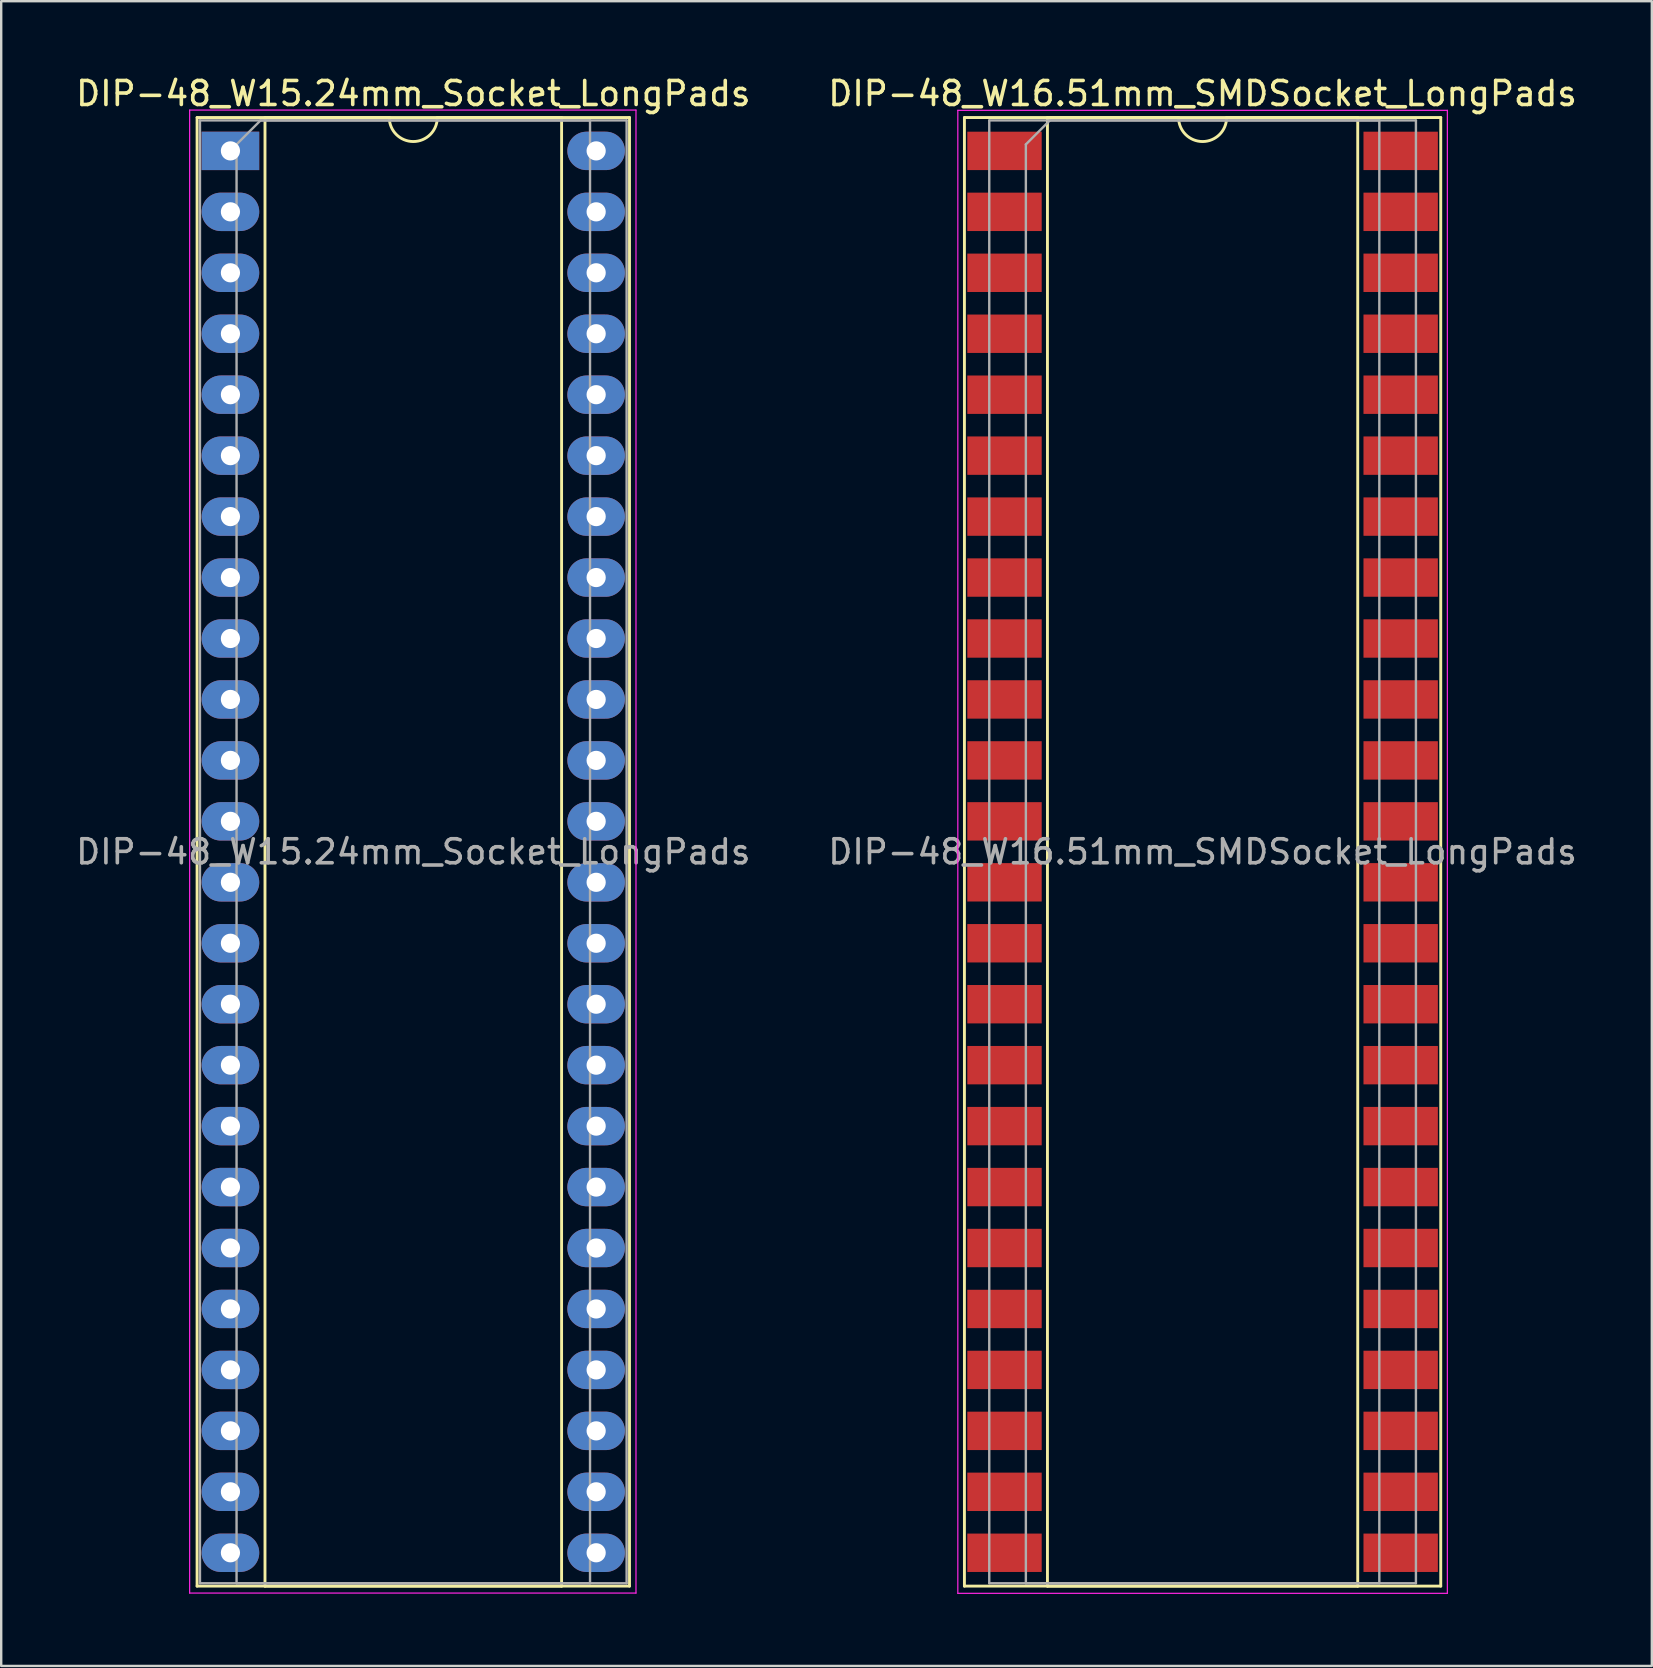
<source format=kicad_pcb>
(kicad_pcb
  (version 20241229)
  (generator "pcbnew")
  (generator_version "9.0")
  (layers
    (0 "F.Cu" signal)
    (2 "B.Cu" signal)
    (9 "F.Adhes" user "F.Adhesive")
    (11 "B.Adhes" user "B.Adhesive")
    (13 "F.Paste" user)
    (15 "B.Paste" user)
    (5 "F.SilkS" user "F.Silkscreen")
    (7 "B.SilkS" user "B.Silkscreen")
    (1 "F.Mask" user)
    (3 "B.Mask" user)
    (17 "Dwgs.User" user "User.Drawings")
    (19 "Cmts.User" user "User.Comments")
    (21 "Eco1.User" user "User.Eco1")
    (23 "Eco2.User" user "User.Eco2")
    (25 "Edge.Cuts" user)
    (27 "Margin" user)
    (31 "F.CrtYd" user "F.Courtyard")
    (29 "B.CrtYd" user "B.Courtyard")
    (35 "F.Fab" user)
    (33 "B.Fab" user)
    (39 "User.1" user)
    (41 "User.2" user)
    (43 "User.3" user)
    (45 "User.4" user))
  (footprint "DIP-48_W15.24mm_Socket_LongPads"
    (layer "F.Cu")
    (at 6.553 3.238)
    (property "Reference" "DIP-48_W15.24mm_Socket_LongPads" (at 7.62 -2.39 0) (layer "F.SilkS") (effects (font (size 1 1) (thickness 0.15))))
    (attr through_hole)
    (fp_line (start -1.39 -1.39) (end -1.39 59.81) (stroke (width 0.12) (type solid)) (layer "F.SilkS"))
    (fp_line (start -1.39 59.81) (end 16.63 59.81) (stroke (width 0.12) (type solid)) (layer "F.SilkS"))
    (fp_line (start 1.44 -1.39) (end 1.44 59.81) (stroke (width 0.12) (type solid)) (layer "F.SilkS"))
    (fp_line (start 1.44 59.81) (end 13.8 59.81) (stroke (width 0.12) (type solid)) (layer "F.SilkS"))
    (fp_line (start 6.62 -1.39) (end 1.44 -1.39) (stroke (width 0.12) (type solid)) (layer "F.SilkS"))
    (fp_line (start 13.8 -1.39) (end 8.62 -1.39) (stroke (width 0.12) (type solid)) (layer "F.SilkS"))
    (fp_line (start 13.8 59.81) (end 13.8 -1.39) (stroke (width 0.12) (type solid)) (layer "F.SilkS"))
    (fp_line (start 16.63 -1.39) (end -1.39 -1.39) (stroke (width 0.12) (type solid)) (layer "F.SilkS"))
    (fp_line (start 16.63 59.81) (end 16.63 -1.39) (stroke (width 0.12) (type solid)) (layer "F.SilkS"))
    (fp_arc (start 8.62 -1.39) (mid 7.62 -0.39) (end 6.62 -1.39) (stroke (width 0.12) (type solid)) (layer "F.SilkS"))
    (fp_line (start -1.7 -1.7) (end -1.7 60.1) (stroke (width 0.05) (type solid)) (layer "F.CrtYd"))
    (fp_line (start -1.7 60.1) (end 16.9 60.1) (stroke (width 0.05) (type solid)) (layer "F.CrtYd"))
    (fp_line (start 16.9 -1.7) (end -1.7 -1.7) (stroke (width 0.05) (type solid)) (layer "F.CrtYd"))
    (fp_line (start 16.9 60.1) (end 16.9 -1.7) (stroke (width 0.05) (type solid)) (layer "F.CrtYd"))
    (fp_line (start -1.27 -1.27) (end -1.27 59.69) (stroke (width 0.1) (type solid)) (layer "F.Fab"))
    (fp_line (start -1.27 59.69) (end 16.51 59.69) (stroke (width 0.1) (type solid)) (layer "F.Fab"))
    (fp_line (start 0.255 -0.27) (end 1.255 -1.27) (stroke (width 0.1) (type solid)) (layer "F.Fab"))
    (fp_line (start 0.255 59.69) (end 0.255 -0.27) (stroke (width 0.1) (type solid)) (layer "F.Fab"))
    (fp_line (start 1.255 -1.27) (end 14.985 -1.27) (stroke (width 0.1) (type solid)) (layer "F.Fab"))
    (fp_line (start 14.985 -1.27) (end 14.985 59.69) (stroke (width 0.1) (type solid)) (layer "F.Fab"))
    (fp_line (start 14.985 59.69) (end 0.255 59.69) (stroke (width 0.1) (type solid)) (layer "F.Fab"))
    (fp_line (start 16.51 -1.27) (end -1.27 -1.27) (stroke (width 0.1) (type solid)) (layer "F.Fab"))
    (fp_line (start 16.51 59.69) (end 16.51 -1.27) (stroke (width 0.1) (type solid)) (layer "F.Fab"))
    (fp_text user "${REFERENCE}" (at 7.62 29.21 0) (layer "F.Fab") (effects (font (size 1 1) (thickness 0.15))))
    (pad "1" thru_hole rect (at 0 0) (size 2.4 1.6) (drill 0.8) (layers "*.Cu" "*.Mask"))
    (pad "2" thru_hole oval (at 0 2.54) (size 2.4 1.6) (drill 0.8) (layers "*.Cu" "*.Mask"))
    (pad "3" thru_hole oval (at 0 5.08) (size 2.4 1.6) (drill 0.8) (layers "*.Cu" "*.Mask"))
    (pad "4" thru_hole oval (at 0 7.62) (size 2.4 1.6) (drill 0.8) (layers "*.Cu" "*.Mask"))
    (pad "5" thru_hole oval (at 0 10.16) (size 2.4 1.6) (drill 0.8) (layers "*.Cu" "*.Mask"))
    (pad "6" thru_hole oval (at 0 12.7) (size 2.4 1.6) (drill 0.8) (layers "*.Cu" "*.Mask"))
    (pad "7" thru_hole oval (at 0 15.24) (size 2.4 1.6) (drill 0.8) (layers "*.Cu" "*.Mask"))
    (pad "8" thru_hole oval (at 0 17.78) (size 2.4 1.6) (drill 0.8) (layers "*.Cu" "*.Mask"))
    (pad "9" thru_hole oval (at 0 20.32) (size 2.4 1.6) (drill 0.8) (layers "*.Cu" "*.Mask"))
    (pad "10" thru_hole oval (at 0 22.86) (size 2.4 1.6) (drill 0.8) (layers "*.Cu" "*.Mask"))
    (pad "11" thru_hole oval (at 0 25.4) (size 2.4 1.6) (drill 0.8) (layers "*.Cu" "*.Mask"))
    (pad "12" thru_hole oval (at 0 27.94) (size 2.4 1.6) (drill 0.8) (layers "*.Cu" "*.Mask"))
    (pad "13" thru_hole oval (at 0 30.48) (size 2.4 1.6) (drill 0.8) (layers "*.Cu" "*.Mask"))
    (pad "14" thru_hole oval (at 0 33.02) (size 2.4 1.6) (drill 0.8) (layers "*.Cu" "*.Mask"))
    (pad "15" thru_hole oval (at 0 35.56) (size 2.4 1.6) (drill 0.8) (layers "*.Cu" "*.Mask"))
    (pad "16" thru_hole oval (at 0 38.1) (size 2.4 1.6) (drill 0.8) (layers "*.Cu" "*.Mask"))
    (pad "17" thru_hole oval (at 0 40.64) (size 2.4 1.6) (drill 0.8) (layers "*.Cu" "*.Mask"))
    (pad "18" thru_hole oval (at 0 43.18) (size 2.4 1.6) (drill 0.8) (layers "*.Cu" "*.Mask"))
    (pad "19" thru_hole oval (at 0 45.72) (size 2.4 1.6) (drill 0.8) (layers "*.Cu" "*.Mask"))
    (pad "20" thru_hole oval (at 0 48.26) (size 2.4 1.6) (drill 0.8) (layers "*.Cu" "*.Mask"))
    (pad "21" thru_hole oval (at 0 50.8) (size 2.4 1.6) (drill 0.8) (layers "*.Cu" "*.Mask"))
    (pad "22" thru_hole oval (at 0 53.34) (size 2.4 1.6) (drill 0.8) (layers "*.Cu" "*.Mask"))
    (pad "23" thru_hole oval (at 0 55.88) (size 2.4 1.6) (drill 0.8) (layers "*.Cu" "*.Mask"))
    (pad "24" thru_hole oval (at 0 58.42) (size 2.4 1.6) (drill 0.8) (layers "*.Cu" "*.Mask"))
    (pad "25" thru_hole oval (at 15.24 58.42) (size 2.4 1.6) (drill 0.8) (layers "*.Cu" "*.Mask"))
    (pad "26" thru_hole oval (at 15.24 55.88) (size 2.4 1.6) (drill 0.8) (layers "*.Cu" "*.Mask"))
    (pad "27" thru_hole oval (at 15.24 53.34) (size 2.4 1.6) (drill 0.8) (layers "*.Cu" "*.Mask"))
    (pad "28" thru_hole oval (at 15.24 50.8) (size 2.4 1.6) (drill 0.8) (layers "*.Cu" "*.Mask"))
    (pad "29" thru_hole oval (at 15.24 48.26) (size 2.4 1.6) (drill 0.8) (layers "*.Cu" "*.Mask"))
    (pad "30" thru_hole oval (at 15.24 45.72) (size 2.4 1.6) (drill 0.8) (layers "*.Cu" "*.Mask"))
    (pad "31" thru_hole oval (at 15.24 43.18) (size 2.4 1.6) (drill 0.8) (layers "*.Cu" "*.Mask"))
    (pad "32" thru_hole oval (at 15.24 40.64) (size 2.4 1.6) (drill 0.8) (layers "*.Cu" "*.Mask"))
    (pad "33" thru_hole oval (at 15.24 38.1) (size 2.4 1.6) (drill 0.8) (layers "*.Cu" "*.Mask"))
    (pad "34" thru_hole oval (at 15.24 35.56) (size 2.4 1.6) (drill 0.8) (layers "*.Cu" "*.Mask"))
    (pad "35" thru_hole oval (at 15.24 33.02) (size 2.4 1.6) (drill 0.8) (layers "*.Cu" "*.Mask"))
    (pad "36" thru_hole oval (at 15.24 30.48) (size 2.4 1.6) (drill 0.8) (layers "*.Cu" "*.Mask"))
    (pad "37" thru_hole oval (at 15.24 27.94) (size 2.4 1.6) (drill 0.8) (layers "*.Cu" "*.Mask"))
    (pad "38" thru_hole oval (at 15.24 25.4) (size 2.4 1.6) (drill 0.8) (layers "*.Cu" "*.Mask"))
    (pad "39" thru_hole oval (at 15.24 22.86) (size 2.4 1.6) (drill 0.8) (layers "*.Cu" "*.Mask"))
    (pad "40" thru_hole oval (at 15.24 20.32) (size 2.4 1.6) (drill 0.8) (layers "*.Cu" "*.Mask"))
    (pad "41" thru_hole oval (at 15.24 17.78) (size 2.4 1.6) (drill 0.8) (layers "*.Cu" "*.Mask"))
    (pad "42" thru_hole oval (at 15.24 15.24) (size 2.4 1.6) (drill 0.8) (layers "*.Cu" "*.Mask"))
    (pad "43" thru_hole oval (at 15.24 12.7) (size 2.4 1.6) (drill 0.8) (layers "*.Cu" "*.Mask"))
    (pad "44" thru_hole oval (at 15.24 10.16) (size 2.4 1.6) (drill 0.8) (layers "*.Cu" "*.Mask"))
    (pad "45" thru_hole oval (at 15.24 7.62) (size 2.4 1.6) (drill 0.8) (layers "*.Cu" "*.Mask"))
    (pad "46" thru_hole oval (at 15.24 5.08) (size 2.4 1.6) (drill 0.8) (layers "*.Cu" "*.Mask"))
    (pad "47" thru_hole oval (at 15.24 2.54) (size 2.4 1.6) (drill 0.8) (layers "*.Cu" "*.Mask"))
    (pad "48" thru_hole oval (at 15.24 0) (size 2.4 1.6) (drill 0.8) (layers "*.Cu" "*.Mask")))
  (footprint "DIP-48_W16.51mm_SMDSocket_LongPads"
    (layer "F.Cu")
    (at 47.065 32.448)
    (property "Reference" "DIP-48_W16.51mm_SMDSocket_LongPads" (at 0 -31.6 0) (layer "F.SilkS") (effects (font (size 1 1) (thickness 0.15))))
    (attr smd)
    (fp_line (start -9.925 -30.6) (end -9.925 30.6) (stroke (width 0.12) (type solid)) (layer "F.SilkS"))
    (fp_line (start -9.925 30.6) (end 9.925 30.6) (stroke (width 0.12) (type solid)) (layer "F.SilkS"))
    (fp_line (start -6.465 -30.6) (end -6.465 30.6) (stroke (width 0.12) (type solid)) (layer "F.SilkS"))
    (fp_line (start -6.465 30.6) (end 6.465 30.6) (stroke (width 0.12) (type solid)) (layer "F.SilkS"))
    (fp_line (start -1 -30.6) (end -6.465 -30.6) (stroke (width 0.12) (type solid)) (layer "F.SilkS"))
    (fp_line (start 6.465 -30.6) (end 1 -30.6) (stroke (width 0.12) (type solid)) (layer "F.SilkS"))
    (fp_line (start 6.465 30.6) (end 6.465 -30.6) (stroke (width 0.12) (type solid)) (layer "F.SilkS"))
    (fp_line (start 9.925 -30.6) (end -9.925 -30.6) (stroke (width 0.12) (type solid)) (layer "F.SilkS"))
    (fp_line (start 9.925 30.6) (end 9.925 -30.6) (stroke (width 0.12) (type solid)) (layer "F.SilkS"))
    (fp_arc (start 1 -30.6) (mid 0 -29.6) (end -1 -30.6) (stroke (width 0.12) (type solid)) (layer "F.SilkS"))
    (fp_line (start -10.2 -30.9) (end -10.2 30.9) (stroke (width 0.05) (type solid)) (layer "F.CrtYd"))
    (fp_line (start -10.2 30.9) (end 10.2 30.9) (stroke (width 0.05) (type solid)) (layer "F.CrtYd"))
    (fp_line (start 10.2 -30.9) (end -10.2 -30.9) (stroke (width 0.05) (type solid)) (layer "F.CrtYd"))
    (fp_line (start 10.2 30.9) (end 10.2 -30.9) (stroke (width 0.05) (type solid)) (layer "F.CrtYd"))
    (fp_line (start -8.89 -30.48) (end -8.89 30.48) (stroke (width 0.1) (type solid)) (layer "F.Fab"))
    (fp_line (start -8.89 30.48) (end 8.89 30.48) (stroke (width 0.1) (type solid)) (layer "F.Fab"))
    (fp_line (start -7.365 -29.48) (end -6.365 -30.48) (stroke (width 0.1) (type solid)) (layer "F.Fab"))
    (fp_line (start -7.365 30.48) (end -7.365 -29.48) (stroke (width 0.1) (type solid)) (layer "F.Fab"))
    (fp_line (start -6.365 -30.48) (end 7.365 -30.48) (stroke (width 0.1) (type solid)) (layer "F.Fab"))
    (fp_line (start 7.365 -30.48) (end 7.365 30.48) (stroke (width 0.1) (type solid)) (layer "F.Fab"))
    (fp_line (start 7.365 30.48) (end -7.365 30.48) (stroke (width 0.1) (type solid)) (layer "F.Fab"))
    (fp_line (start 8.89 -30.48) (end -8.89 -30.48) (stroke (width 0.1) (type solid)) (layer "F.Fab"))
    (fp_line (start 8.89 30.48) (end 8.89 -30.48) (stroke (width 0.1) (type solid)) (layer "F.Fab"))
    (fp_text user "${REFERENCE}" (at 0 0 0) (layer "F.Fab") (effects (font (size 1 1) (thickness 0.15))))
    (pad "1" smd rect (at -8.255 -29.21) (size 3.1 1.6) (layers "F.Cu" "F.Mask" "F.Paste"))
    (pad "2" smd rect (at -8.255 -26.67) (size 3.1 1.6) (layers "F.Cu" "F.Mask" "F.Paste"))
    (pad "3" smd rect (at -8.255 -24.13) (size 3.1 1.6) (layers "F.Cu" "F.Mask" "F.Paste"))
    (pad "4" smd rect (at -8.255 -21.59) (size 3.1 1.6) (layers "F.Cu" "F.Mask" "F.Paste"))
    (pad "5" smd rect (at -8.255 -19.05) (size 3.1 1.6) (layers "F.Cu" "F.Mask" "F.Paste"))
    (pad "6" smd rect (at -8.255 -16.51) (size 3.1 1.6) (layers "F.Cu" "F.Mask" "F.Paste"))
    (pad "7" smd rect (at -8.255 -13.97) (size 3.1 1.6) (layers "F.Cu" "F.Mask" "F.Paste"))
    (pad "8" smd rect (at -8.255 -11.43) (size 3.1 1.6) (layers "F.Cu" "F.Mask" "F.Paste"))
    (pad "9" smd rect (at -8.255 -8.89) (size 3.1 1.6) (layers "F.Cu" "F.Mask" "F.Paste"))
    (pad "10" smd rect (at -8.255 -6.35) (size 3.1 1.6) (layers "F.Cu" "F.Mask" "F.Paste"))
    (pad "11" smd rect (at -8.255 -3.81) (size 3.1 1.6) (layers "F.Cu" "F.Mask" "F.Paste"))
    (pad "12" smd rect (at -8.255 -1.27) (size 3.1 1.6) (layers "F.Cu" "F.Mask" "F.Paste"))
    (pad "13" smd rect (at -8.255 1.27) (size 3.1 1.6) (layers "F.Cu" "F.Mask" "F.Paste"))
    (pad "14" smd rect (at -8.255 3.81) (size 3.1 1.6) (layers "F.Cu" "F.Mask" "F.Paste"))
    (pad "15" smd rect (at -8.255 6.35) (size 3.1 1.6) (layers "F.Cu" "F.Mask" "F.Paste"))
    (pad "16" smd rect (at -8.255 8.89) (size 3.1 1.6) (layers "F.Cu" "F.Mask" "F.Paste"))
    (pad "17" smd rect (at -8.255 11.43) (size 3.1 1.6) (layers "F.Cu" "F.Mask" "F.Paste"))
    (pad "18" smd rect (at -8.255 13.97) (size 3.1 1.6) (layers "F.Cu" "F.Mask" "F.Paste"))
    (pad "19" smd rect (at -8.255 16.51) (size 3.1 1.6) (layers "F.Cu" "F.Mask" "F.Paste"))
    (pad "20" smd rect (at -8.255 19.05) (size 3.1 1.6) (layers "F.Cu" "F.Mask" "F.Paste"))
    (pad "21" smd rect (at -8.255 21.59) (size 3.1 1.6) (layers "F.Cu" "F.Mask" "F.Paste"))
    (pad "22" smd rect (at -8.255 24.13) (size 3.1 1.6) (layers "F.Cu" "F.Mask" "F.Paste"))
    (pad "23" smd rect (at -8.255 26.67) (size 3.1 1.6) (layers "F.Cu" "F.Mask" "F.Paste"))
    (pad "24" smd rect (at -8.255 29.21) (size 3.1 1.6) (layers "F.Cu" "F.Mask" "F.Paste"))
    (pad "25" smd rect (at 8.255 29.21) (size 3.1 1.6) (layers "F.Cu" "F.Mask" "F.Paste"))
    (pad "26" smd rect (at 8.255 26.67) (size 3.1 1.6) (layers "F.Cu" "F.Mask" "F.Paste"))
    (pad "27" smd rect (at 8.255 24.13) (size 3.1 1.6) (layers "F.Cu" "F.Mask" "F.Paste"))
    (pad "28" smd rect (at 8.255 21.59) (size 3.1 1.6) (layers "F.Cu" "F.Mask" "F.Paste"))
    (pad "29" smd rect (at 8.255 19.05) (size 3.1 1.6) (layers "F.Cu" "F.Mask" "F.Paste"))
    (pad "30" smd rect (at 8.255 16.51) (size 3.1 1.6) (layers "F.Cu" "F.Mask" "F.Paste"))
    (pad "31" smd rect (at 8.255 13.97) (size 3.1 1.6) (layers "F.Cu" "F.Mask" "F.Paste"))
    (pad "32" smd rect (at 8.255 11.43) (size 3.1 1.6) (layers "F.Cu" "F.Mask" "F.Paste"))
    (pad "33" smd rect (at 8.255 8.89) (size 3.1 1.6) (layers "F.Cu" "F.Mask" "F.Paste"))
    (pad "34" smd rect (at 8.255 6.35) (size 3.1 1.6) (layers "F.Cu" "F.Mask" "F.Paste"))
    (pad "35" smd rect (at 8.255 3.81) (size 3.1 1.6) (layers "F.Cu" "F.Mask" "F.Paste"))
    (pad "36" smd rect (at 8.255 1.27) (size 3.1 1.6) (layers "F.Cu" "F.Mask" "F.Paste"))
    (pad "37" smd rect (at 8.255 -1.27) (size 3.1 1.6) (layers "F.Cu" "F.Mask" "F.Paste"))
    (pad "38" smd rect (at 8.255 -3.81) (size 3.1 1.6) (layers "F.Cu" "F.Mask" "F.Paste"))
    (pad "39" smd rect (at 8.255 -6.35) (size 3.1 1.6) (layers "F.Cu" "F.Mask" "F.Paste"))
    (pad "40" smd rect (at 8.255 -8.89) (size 3.1 1.6) (layers "F.Cu" "F.Mask" "F.Paste"))
    (pad "41" smd rect (at 8.255 -11.43) (size 3.1 1.6) (layers "F.Cu" "F.Mask" "F.Paste"))
    (pad "42" smd rect (at 8.255 -13.97) (size 3.1 1.6) (layers "F.Cu" "F.Mask" "F.Paste"))
    (pad "43" smd rect (at 8.255 -16.51) (size 3.1 1.6) (layers "F.Cu" "F.Mask" "F.Paste"))
    (pad "44" smd rect (at 8.255 -19.05) (size 3.1 1.6) (layers "F.Cu" "F.Mask" "F.Paste"))
    (pad "45" smd rect (at 8.255 -21.59) (size 3.1 1.6) (layers "F.Cu" "F.Mask" "F.Paste"))
    (pad "46" smd rect (at 8.255 -24.13) (size 3.1 1.6) (layers "F.Cu" "F.Mask" "F.Paste"))
    (pad "47" smd rect (at 8.255 -26.67) (size 3.1 1.6) (layers "F.Cu" "F.Mask" "F.Paste"))
    (pad "48" smd rect (at 8.255 -29.21) (size 3.1 1.6) (layers "F.Cu" "F.Mask" "F.Paste")))
  (gr_rect
    (start -3 -3)
    (end 65.786 66.373)
    (stroke (width 0.1) (type default))
    (fill no)
    (layer "Edge.Cuts")))
</source>
